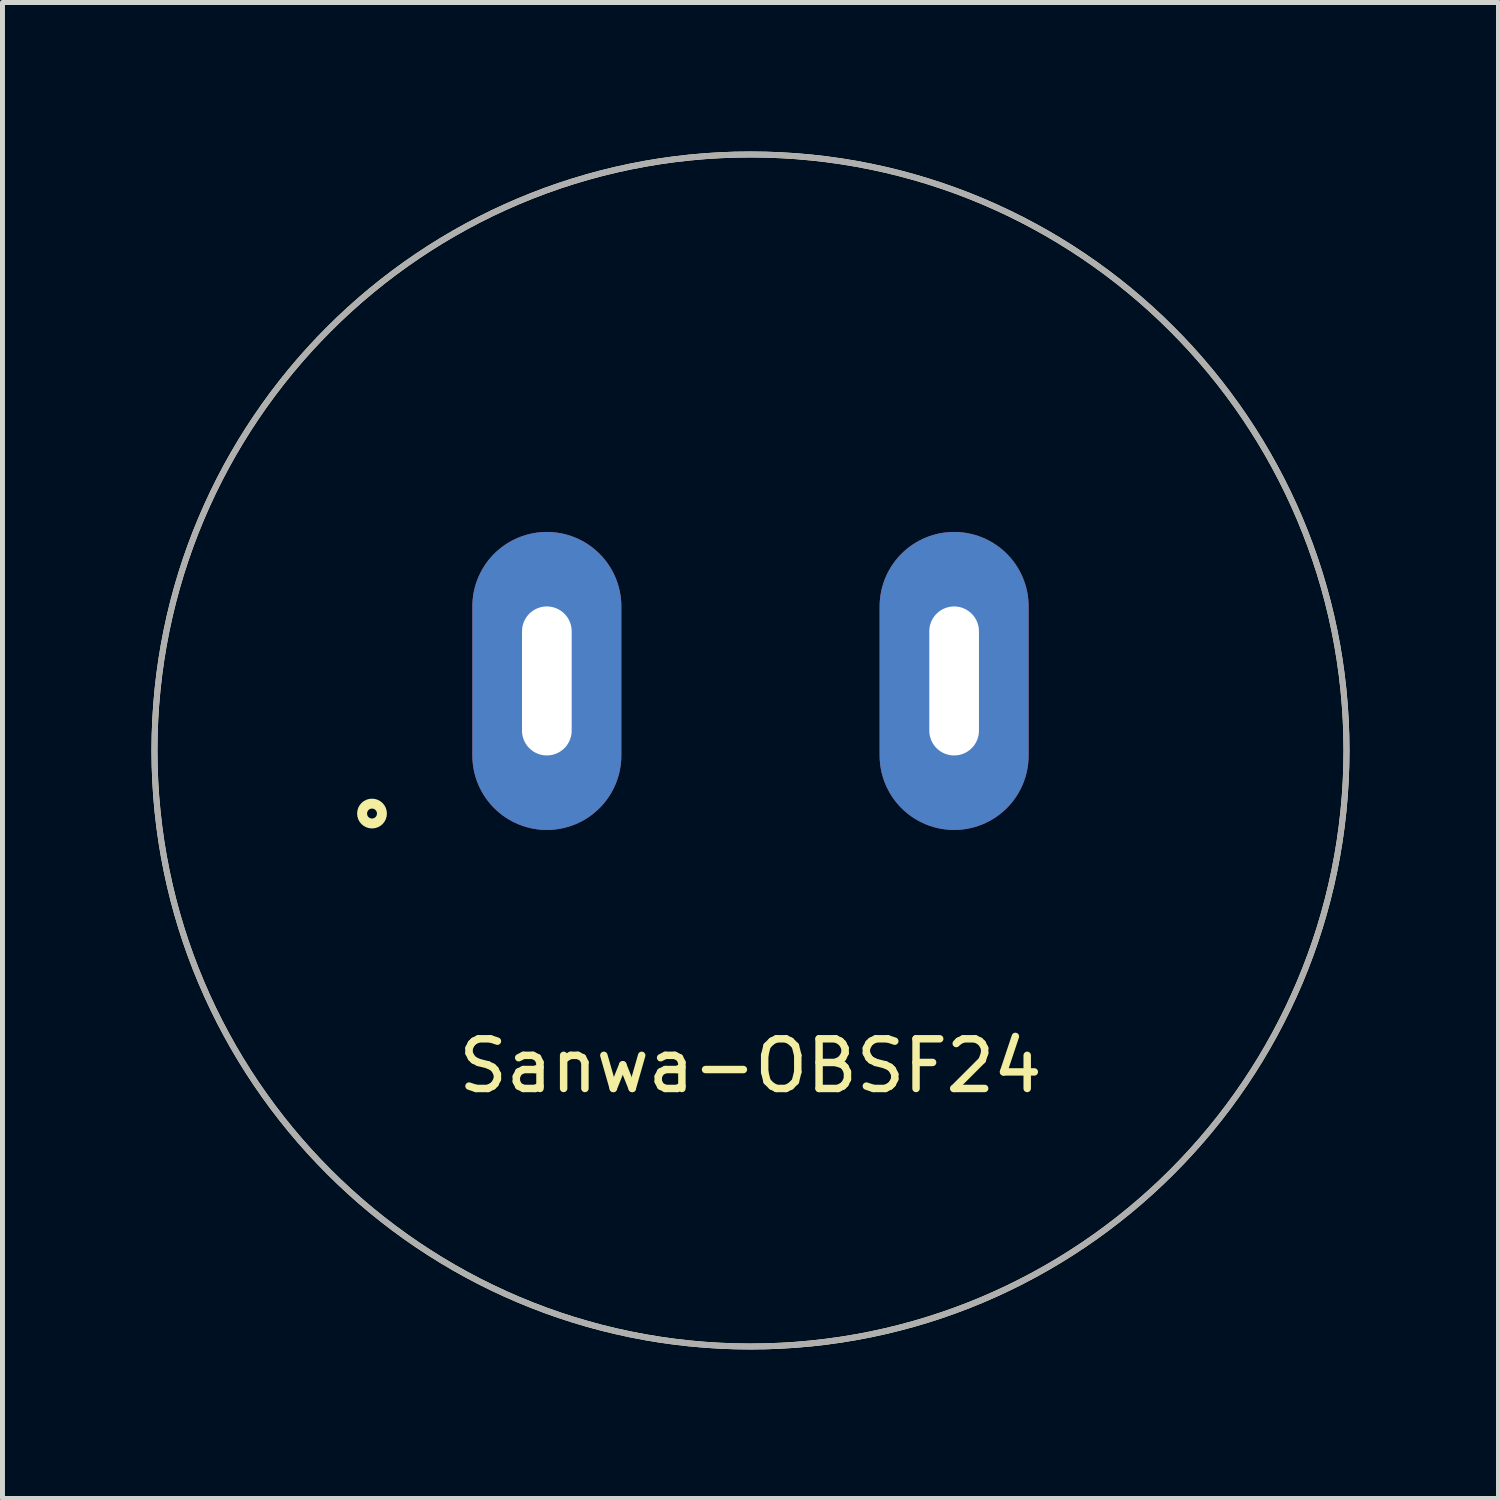
<source format=kicad_pcb>
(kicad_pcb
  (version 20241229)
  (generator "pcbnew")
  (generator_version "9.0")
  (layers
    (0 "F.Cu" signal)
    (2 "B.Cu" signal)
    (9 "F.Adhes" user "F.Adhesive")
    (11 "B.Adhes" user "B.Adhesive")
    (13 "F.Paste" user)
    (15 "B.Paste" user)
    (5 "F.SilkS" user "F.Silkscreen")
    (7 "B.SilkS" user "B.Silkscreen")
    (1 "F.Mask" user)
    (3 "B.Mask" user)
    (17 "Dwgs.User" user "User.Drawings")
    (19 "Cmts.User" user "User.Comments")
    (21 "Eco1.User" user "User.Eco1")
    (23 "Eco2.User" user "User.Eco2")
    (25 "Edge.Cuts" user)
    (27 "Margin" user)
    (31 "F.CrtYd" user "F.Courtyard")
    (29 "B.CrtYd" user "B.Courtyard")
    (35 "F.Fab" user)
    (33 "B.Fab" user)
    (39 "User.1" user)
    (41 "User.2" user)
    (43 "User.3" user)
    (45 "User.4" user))
  (footprint "Sanwa-OBSF24"
    (layer "F.Cu")
    (at 12.06 12.06)
    (property "Reference" "Sanwa-OBSF24" (at 0 6.35 0) (layer "F.SilkS") (effects (font (size 1 1) (thickness 0.15))))
    (attr through_hole)
    (fp_circle (center -7.62 1.27) (end -7.42 1.27) (stroke (width 0.2) (type solid)) (fill no) (layer "F.SilkS"))
    (fp_circle (center 0 0) (end 12 0) (stroke (width 0.12) (type solid)) (fill no) (layer "F.SilkS"))
    (fp_circle (center 0 0) (end 12 0) (stroke (width 0.12) (type solid)) (fill no) (layer "F.Fab"))
    (pad "1" thru_hole oval (at -4.1 -1.4) (size 3 6) (drill oval 1 3) (layers "*.Cu" "*.Mask"))
    (pad "2" thru_hole oval (at 4.1 -1.4) (size 3 6) (drill oval 1 3) (layers "*.Cu" "*.Mask")))
  (gr_rect
    (start -3 -3)
    (end 27.12 27.12)
    (stroke (width 0.1) (type default))
    (fill no)
    (layer "Edge.Cuts")))
</source>
